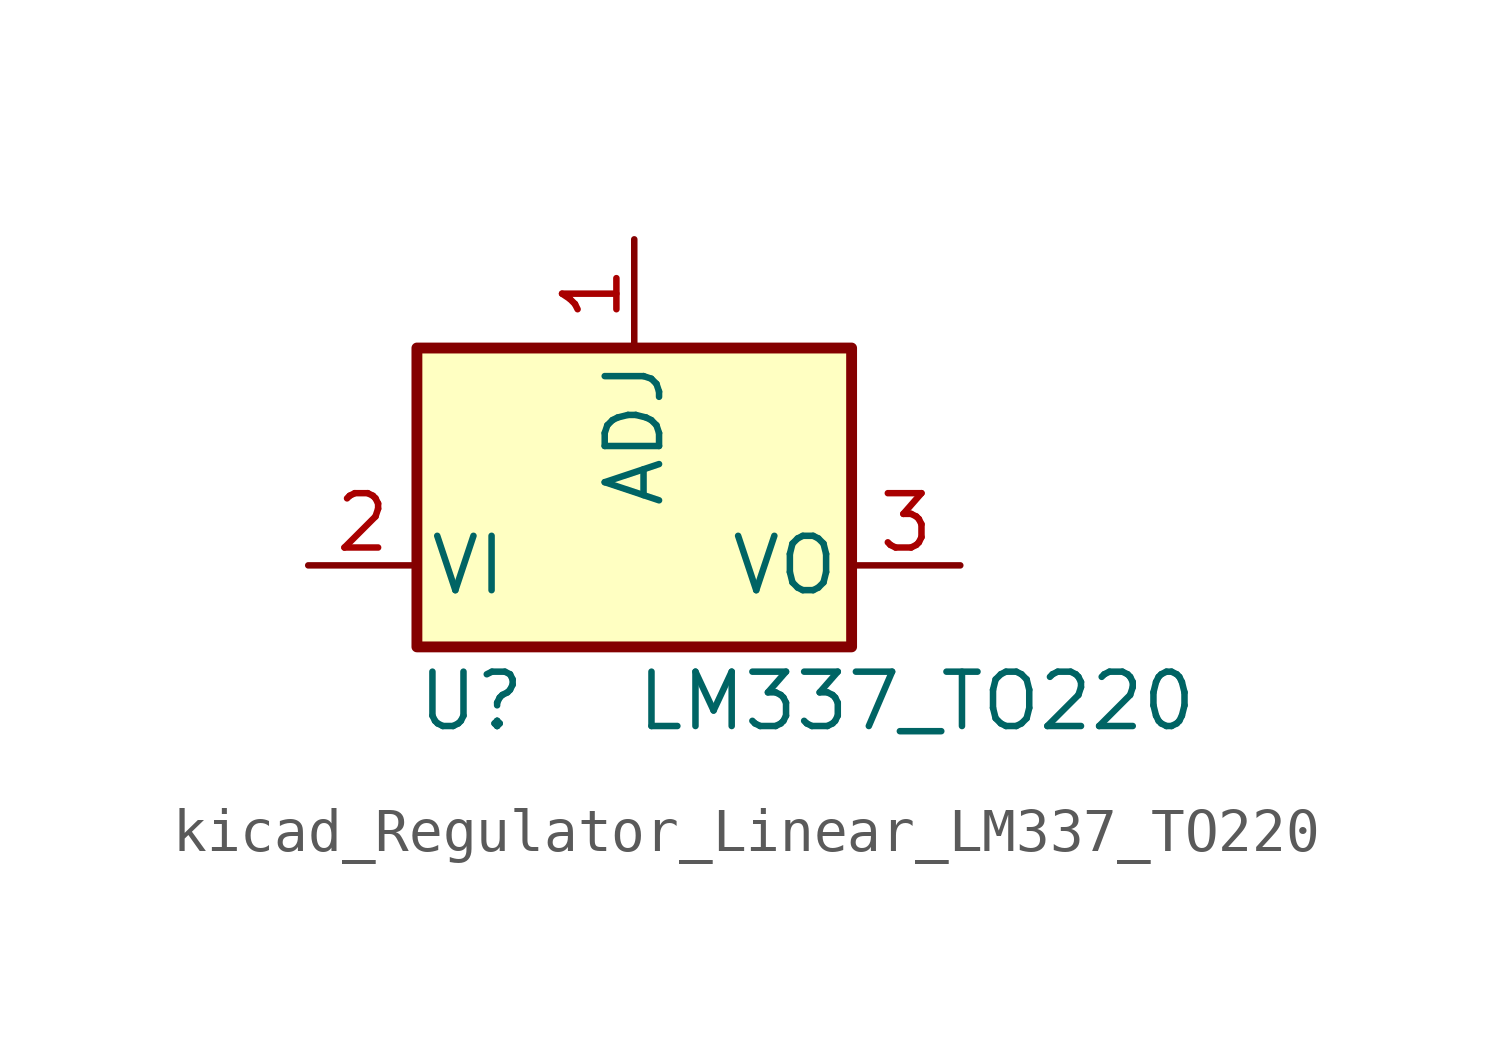
<source format=kicad_sym>
(kicad_symbol_lib
  (version 20220914)
  (generator kicad_symbol_editor)
  (symbol "kicad_Regulator_Linear_LM337_TO220"
    (pin_names
      (offset 0.254))
    (property "Reference" "U"
      (at -3.81 -3.175 0)
      (effects (font (size 1.27 1.27))))
    (property "Value" "LM337_TO220"
      (at 0 -3.175 0)
      (effects (font (size 1.27 1.27)) (justify left)))
    (symbol "kicad_Regulator_Linear_LM337_TO220_0_1"
      (rectangle (start -5.08 5.08) (end 5.08 -1.905) (stroke (width 0.254) (type default)) (fill (type background))))
    (symbol "kicad_Regulator_Linear_LM337_TO220_1_1"
      (pin input line (at 0 7.62 270) (length 2.54) (name "ADJ" (effects (font (size 1.27 1.27)))) (number "1" (effects (font (size 1.27 1.27)))))
      (pin power_in line (at -7.62 0 0) (length 2.54) (name "VI" (effects (font (size 1.27 1.27)))) (number "2" (effects (font (size 1.27 1.27)))))
      (pin power_out line (at 7.62 0 180) (length 2.54) (name "VO" (effects (font (size 1.27 1.27)))) (number "3" (effects (font (size 1.27 1.27))))))))
</source>
